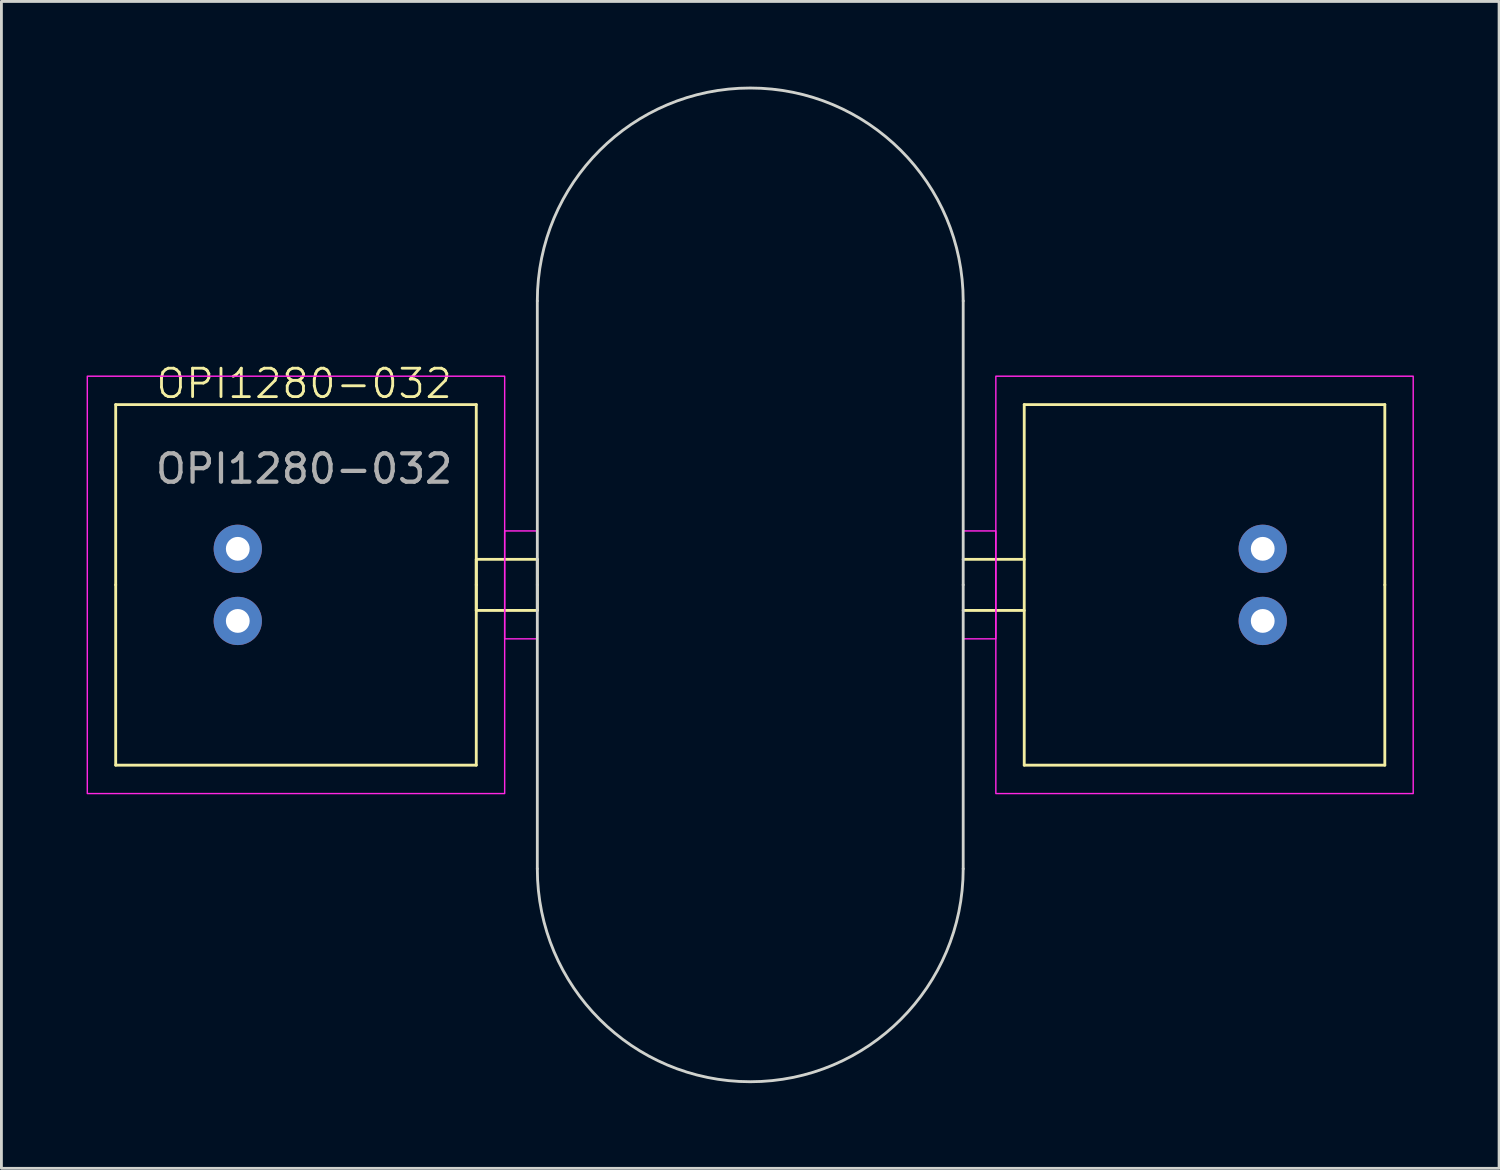
<source format=kicad_pcb>
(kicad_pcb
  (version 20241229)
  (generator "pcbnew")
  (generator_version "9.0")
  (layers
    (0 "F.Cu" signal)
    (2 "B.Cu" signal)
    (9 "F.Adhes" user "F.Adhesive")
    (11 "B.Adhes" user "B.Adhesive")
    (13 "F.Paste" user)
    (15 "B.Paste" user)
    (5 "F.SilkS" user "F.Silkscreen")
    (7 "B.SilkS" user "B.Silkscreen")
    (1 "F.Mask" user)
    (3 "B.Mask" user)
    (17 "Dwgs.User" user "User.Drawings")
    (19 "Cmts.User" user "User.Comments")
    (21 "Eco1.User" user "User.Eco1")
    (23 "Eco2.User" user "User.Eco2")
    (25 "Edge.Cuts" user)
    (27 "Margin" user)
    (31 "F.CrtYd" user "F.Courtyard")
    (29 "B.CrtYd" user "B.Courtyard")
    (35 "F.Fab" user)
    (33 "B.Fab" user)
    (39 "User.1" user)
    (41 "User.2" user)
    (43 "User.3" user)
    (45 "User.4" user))
  (footprint "OPI1280-032"
    (layer "F.Cu")
    (at 5.325 17.55)
    (property "Reference" "OPI1280-032" (at 2.337 -7.089 0) (unlocked yes) (layer "F.SilkS") (effects (font (size 1 1) (thickness 0.1))))
    (attr through_hole)
    (fp_line (start -4.3 -6.35) (end 8.4 -6.35) (stroke (width 0.1) (type default)) (layer "F.SilkS"))
    (fp_line (start -4.3 0) (end -4.3 -6.35) (stroke (width 0.1) (type default)) (layer "F.SilkS"))
    (fp_line (start -4.3 6.35) (end -4.3 0) (stroke (width 0.1) (type default)) (layer "F.SilkS"))
    (fp_line (start -4.3 6.35) (end 8.4 6.35) (stroke (width 0.1) (type default)) (layer "F.SilkS"))
    (fp_line (start 8.4 -0.9) (end 10.55 -0.9) (stroke (width 0.1) (type default)) (layer "F.SilkS"))
    (fp_line (start 8.4 0) (end 8.4 -6.35) (stroke (width 0.1) (type default)) (layer "F.SilkS"))
    (fp_line (start 8.4 0.9) (end 8.4 -0.9) (stroke (width 0.1) (type default)) (layer "F.SilkS"))
    (fp_line (start 8.4 0.9) (end 10.55 0.9) (stroke (width 0.1) (type default)) (layer "F.SilkS"))
    (fp_line (start 8.4 6.35) (end 8.4 0) (stroke (width 0.1) (type default)) (layer "F.SilkS"))
    (fp_line (start 10.55 0.9) (end 10.55 -0.9) (stroke (width 0.1) (type default)) (layer "F.SilkS"))
    (fp_line (start 27.7 -6.35) (end 27.7 6.35) (stroke (width 0.1) (type default)) (layer "F.SilkS"))
    (fp_line (start 27.7 -6.35) (end 40.4 -6.35) (stroke (width 0.1) (type default)) (layer "F.SilkS"))
    (fp_line (start 27.7 -0.9) (end 25.55 -0.9) (stroke (width 0.1) (type default)) (layer "F.SilkS"))
    (fp_line (start 27.7 0.9) (end 25.55 0.9) (stroke (width 0.1) (type default)) (layer "F.SilkS"))
    (fp_line (start 27.7 6.35) (end 40.4 6.35) (stroke (width 0.1) (type default)) (layer "F.SilkS"))
    (fp_line (start 40.4 0) (end 40.4 -6.35) (stroke (width 0.1) (type default)) (layer "F.SilkS"))
    (fp_line (start 40.4 6.35) (end 40.4 0) (stroke (width 0.1) (type default)) (layer "F.SilkS"))
    (fp_line (start 10.55 0) (end 10.55 -10) (stroke (width 0.1) (type default)) (layer "Edge.Cuts"))
    (fp_line (start 10.55 10) (end 10.55 0) (stroke (width 0.1) (type default)) (layer "Edge.Cuts"))
    (fp_line (start 25.55 0) (end 25.55 -10) (stroke (width 0.1) (type default)) (layer "Edge.Cuts"))
    (fp_line (start 25.55 10) (end 25.55 0) (stroke (width 0.1) (type default)) (layer "Edge.Cuts"))
    (fp_arc (start 10.55 -10) (mid 18.05 -17.5) (end 25.55 -10) (stroke (width 0.1) (type default)) (layer "Edge.Cuts"))
    (fp_arc (start 25.55 10) (mid 18.05 17.5) (end 10.55 10) (stroke (width 0.1) (type default)) (layer "Edge.Cuts"))
    (fp_rect (start -5.3 -7.35) (end 9.4 7.35) (stroke (width 0.05) (type default)) (fill no) (layer "F.CrtYd"))
    (fp_rect (start 9.4 -1.9) (end 10.55 1.9) (stroke (width 0.05) (type default)) (fill no) (layer "F.CrtYd"))
    (fp_rect (start 25.55 -1.9) (end 26.7 1.9) (stroke (width 0.05) (type default)) (fill no) (layer "F.CrtYd"))
    (fp_rect (start 26.7 -7.35) (end 41.4 7.35) (stroke (width 0.05) (type default)) (fill no) (layer "F.CrtYd"))
    (fp_text user "${REFERENCE}" (at 2.337 -4.089 0) (unlocked yes) (layer "F.Fab") (effects (font (size 1 1) (thickness 0.15))))
    (pad "1" thru_hole circle (at 0 -1.27) (size 1.7 1.7) (drill 0.838) (layers "*.Cu" "*.Mask"))
    (pad "2" thru_hole circle (at 0 1.27) (size 1.7 1.7) (drill 0.838) (layers "*.Cu" "*.Mask"))
    (pad "3" thru_hole circle (at 36.1 -1.27) (size 1.7 1.7) (drill 0.838) (layers "*.Cu" "*.Mask"))
    (pad "4" thru_hole circle (at 36.1 1.27) (size 1.7 1.7) (drill 0.838) (layers "*.Cu" "*.Mask")))
  (gr_rect
    (start -3 -3)
    (end 49.75 38.1)
    (stroke (width 0.1) (type default))
    (fill no)
    (layer "Edge.Cuts")))
</source>
